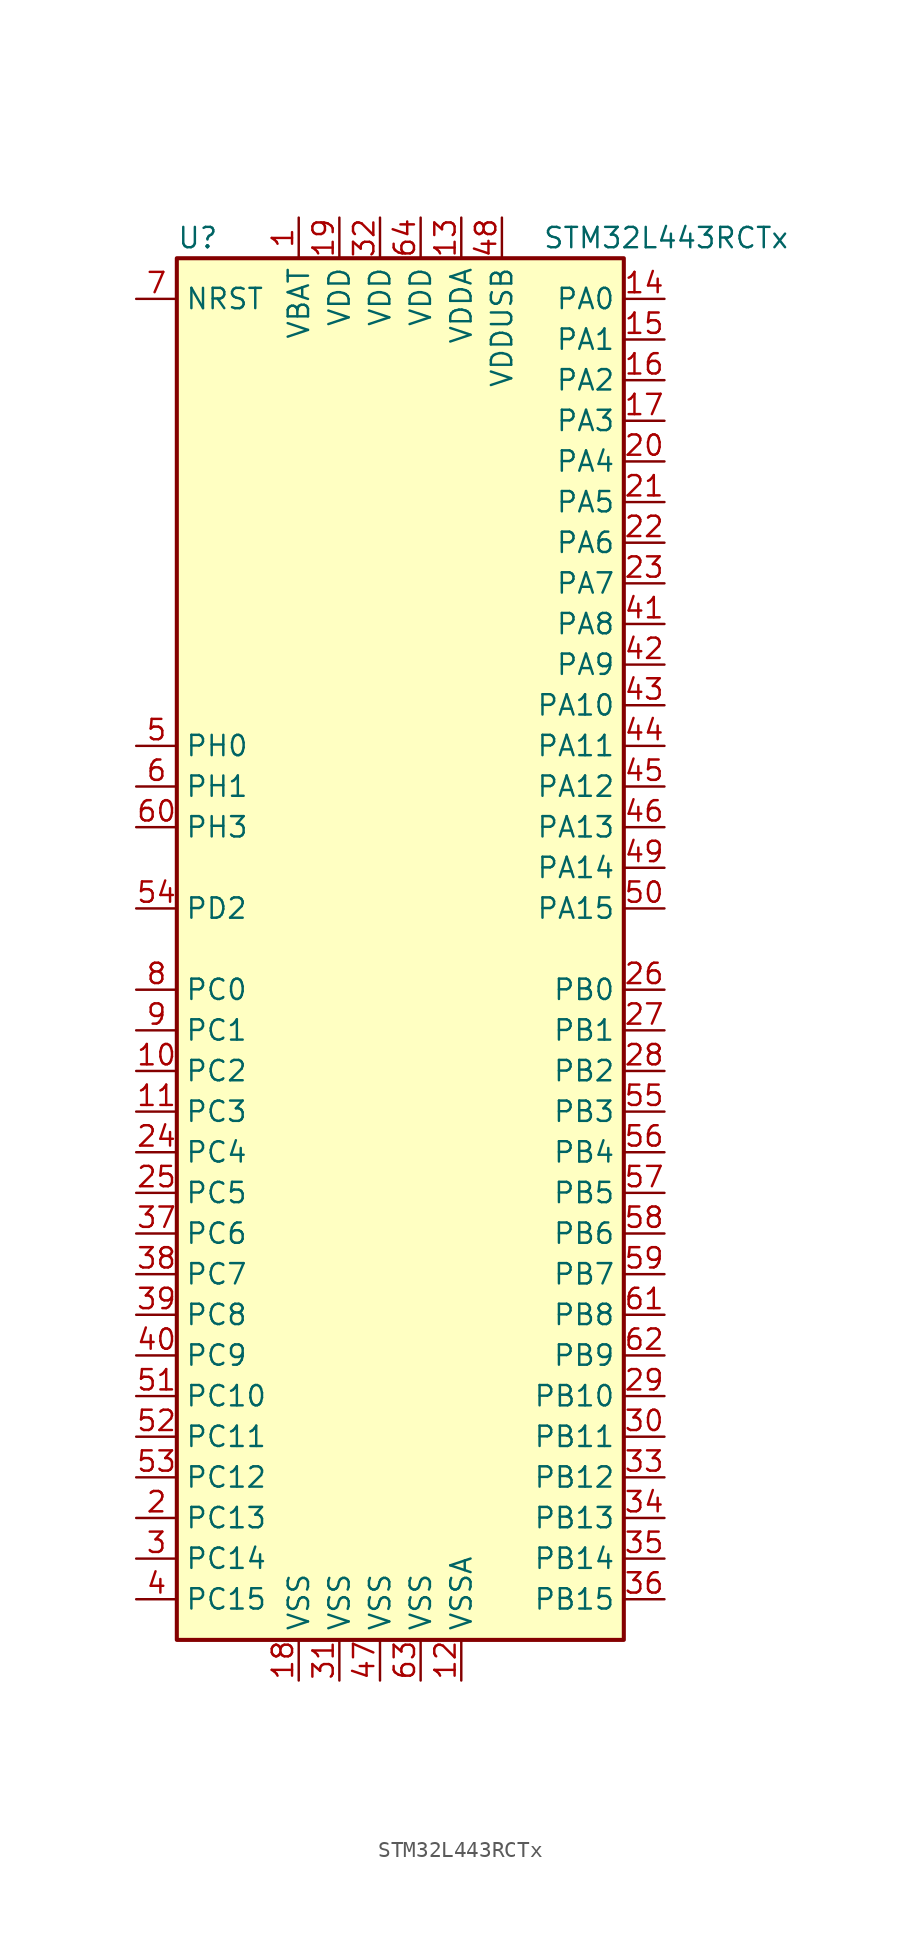
<source format=kicad_sym>
(kicad_symbol_lib
  (version 20220914)
  (generator kicad_symbol_editor)
  (symbol "STM32L443RCTx"
    (property "Reference" "U"
      (at -15.24 44.45 0)
      (effects (font (size 1.27 1.27)) (justify left)))
    (property "Value" "STM32L443RCTx"
      (at 7.62 44.45 0)
      (effects (font (size 1.27 1.27)) (justify left)))
    (symbol "STM32L443RCTx_0_1"
      (rectangle (start -15.24 -43.18) (end 12.7 43.18) (stroke (width 0.254) (type default)) (fill (type background))))
    (symbol "STM32L443RCTx_1_1"
      (pin power_in line (at -7.62 45.72 270) (length 2.54) (name "VBAT" (effects (font (size 1.27 1.27)))) (number "1" (effects (font (size 1.27 1.27)))))
      (pin bidirectional line (at -17.78 -7.62 0) (length 2.54) (name "PC2" (effects (font (size 1.27 1.27)))) (number "10" (effects (font (size 1.27 1.27)))))
      (pin bidirectional line (at -17.78 -10.16 0) (length 2.54) (name "PC3" (effects (font (size 1.27 1.27)))) (number "11" (effects (font (size 1.27 1.27)))))
      (pin power_in line (at 2.54 -45.72 90) (length 2.54) (name "VSSA" (effects (font (size 1.27 1.27)))) (number "12" (effects (font (size 1.27 1.27)))))
      (pin power_in line (at 2.54 45.72 270) (length 2.54) (name "VDDA" (effects (font (size 1.27 1.27)))) (number "13" (effects (font (size 1.27 1.27)))))
      (pin bidirectional line (at 15.24 40.64 180) (length 2.54) (name "PA0" (effects (font (size 1.27 1.27)))) (number "14" (effects (font (size 1.27 1.27)))))
      (pin bidirectional line (at 15.24 38.1 180) (length 2.54) (name "PA1" (effects (font (size 1.27 1.27)))) (number "15" (effects (font (size 1.27 1.27)))))
      (pin bidirectional line (at 15.24 35.56 180) (length 2.54) (name "PA2" (effects (font (size 1.27 1.27)))) (number "16" (effects (font (size 1.27 1.27)))))
      (pin bidirectional line (at 15.24 33.02 180) (length 2.54) (name "PA3" (effects (font (size 1.27 1.27)))) (number "17" (effects (font (size 1.27 1.27)))))
      (pin power_in line (at -7.62 -45.72 90) (length 2.54) (name "VSS" (effects (font (size 1.27 1.27)))) (number "18" (effects (font (size 1.27 1.27)))))
      (pin power_in line (at -5.08 45.72 270) (length 2.54) (name "VDD" (effects (font (size 1.27 1.27)))) (number "19" (effects (font (size 1.27 1.27)))))
      (pin bidirectional line (at -17.78 -35.56 0) (length 2.54) (name "PC13" (effects (font (size 1.27 1.27)))) (number "2" (effects (font (size 1.27 1.27)))))
      (pin bidirectional line (at 15.24 30.48 180) (length 2.54) (name "PA4" (effects (font (size 1.27 1.27)))) (number "20" (effects (font (size 1.27 1.27)))))
      (pin bidirectional line (at 15.24 27.94 180) (length 2.54) (name "PA5" (effects (font (size 1.27 1.27)))) (number "21" (effects (font (size 1.27 1.27)))))
      (pin bidirectional line (at 15.24 25.4 180) (length 2.54) (name "PA6" (effects (font (size 1.27 1.27)))) (number "22" (effects (font (size 1.27 1.27)))))
      (pin bidirectional line (at 15.24 22.86 180) (length 2.54) (name "PA7" (effects (font (size 1.27 1.27)))) (number "23" (effects (font (size 1.27 1.27)))))
      (pin bidirectional line (at -17.78 -12.7 0) (length 2.54) (name "PC4" (effects (font (size 1.27 1.27)))) (number "24" (effects (font (size 1.27 1.27)))))
      (pin bidirectional line (at -17.78 -15.24 0) (length 2.54) (name "PC5" (effects (font (size 1.27 1.27)))) (number "25" (effects (font (size 1.27 1.27)))))
      (pin bidirectional line (at 15.24 -2.54 180) (length 2.54) (name "PB0" (effects (font (size 1.27 1.27)))) (number "26" (effects (font (size 1.27 1.27)))))
      (pin bidirectional line (at 15.24 -5.08 180) (length 2.54) (name "PB1" (effects (font (size 1.27 1.27)))) (number "27" (effects (font (size 1.27 1.27)))))
      (pin bidirectional line (at 15.24 -7.62 180) (length 2.54) (name "PB2" (effects (font (size 1.27 1.27)))) (number "28" (effects (font (size 1.27 1.27)))))
      (pin bidirectional line (at 15.24 -27.94 180) (length 2.54) (name "PB10" (effects (font (size 1.27 1.27)))) (number "29" (effects (font (size 1.27 1.27)))))
      (pin bidirectional line (at -17.78 -38.1 0) (length 2.54) (name "PC14" (effects (font (size 1.27 1.27)))) (number "3" (effects (font (size 1.27 1.27)))))
      (pin bidirectional line (at 15.24 -30.48 180) (length 2.54) (name "PB11" (effects (font (size 1.27 1.27)))) (number "30" (effects (font (size 1.27 1.27)))))
      (pin power_in line (at -5.08 -45.72 90) (length 2.54) (name "VSS" (effects (font (size 1.27 1.27)))) (number "31" (effects (font (size 1.27 1.27)))))
      (pin power_in line (at -2.54 45.72 270) (length 2.54) (name "VDD" (effects (font (size 1.27 1.27)))) (number "32" (effects (font (size 1.27 1.27)))))
      (pin bidirectional line (at 15.24 -33.02 180) (length 2.54) (name "PB12" (effects (font (size 1.27 1.27)))) (number "33" (effects (font (size 1.27 1.27)))))
      (pin bidirectional line (at 15.24 -35.56 180) (length 2.54) (name "PB13" (effects (font (size 1.27 1.27)))) (number "34" (effects (font (size 1.27 1.27)))))
      (pin bidirectional line (at 15.24 -38.1 180) (length 2.54) (name "PB14" (effects (font (size 1.27 1.27)))) (number "35" (effects (font (size 1.27 1.27)))))
      (pin bidirectional line (at 15.24 -40.64 180) (length 2.54) (name "PB15" (effects (font (size 1.27 1.27)))) (number "36" (effects (font (size 1.27 1.27)))))
      (pin bidirectional line (at -17.78 -17.78 0) (length 2.54) (name "PC6" (effects (font (size 1.27 1.27)))) (number "37" (effects (font (size 1.27 1.27)))))
      (pin bidirectional line (at -17.78 -20.32 0) (length 2.54) (name "PC7" (effects (font (size 1.27 1.27)))) (number "38" (effects (font (size 1.27 1.27)))))
      (pin bidirectional line (at -17.78 -22.86 0) (length 2.54) (name "PC8" (effects (font (size 1.27 1.27)))) (number "39" (effects (font (size 1.27 1.27)))))
      (pin bidirectional line (at -17.78 -40.64 0) (length 2.54) (name "PC15" (effects (font (size 1.27 1.27)))) (number "4" (effects (font (size 1.27 1.27)))))
      (pin bidirectional line (at -17.78 -25.4 0) (length 2.54) (name "PC9" (effects (font (size 1.27 1.27)))) (number "40" (effects (font (size 1.27 1.27)))))
      (pin bidirectional line (at 15.24 20.32 180) (length 2.54) (name "PA8" (effects (font (size 1.27 1.27)))) (number "41" (effects (font (size 1.27 1.27)))))
      (pin bidirectional line (at 15.24 17.78 180) (length 2.54) (name "PA9" (effects (font (size 1.27 1.27)))) (number "42" (effects (font (size 1.27 1.27)))))
      (pin bidirectional line (at 15.24 15.24 180) (length 2.54) (name "PA10" (effects (font (size 1.27 1.27)))) (number "43" (effects (font (size 1.27 1.27)))))
      (pin bidirectional line (at 15.24 12.7 180) (length 2.54) (name "PA11" (effects (font (size 1.27 1.27)))) (number "44" (effects (font (size 1.27 1.27)))))
      (pin bidirectional line (at 15.24 10.16 180) (length 2.54) (name "PA12" (effects (font (size 1.27 1.27)))) (number "45" (effects (font (size 1.27 1.27)))))
      (pin bidirectional line (at 15.24 7.62 180) (length 2.54) (name "PA13" (effects (font (size 1.27 1.27)))) (number "46" (effects (font (size 1.27 1.27)))))
      (pin power_in line (at -2.54 -45.72 90) (length 2.54) (name "VSS" (effects (font (size 1.27 1.27)))) (number "47" (effects (font (size 1.27 1.27)))))
      (pin power_in line (at 5.08 45.72 270) (length 2.54) (name "VDDUSB" (effects (font (size 1.27 1.27)))) (number "48" (effects (font (size 1.27 1.27)))))
      (pin bidirectional line (at 15.24 5.08 180) (length 2.54) (name "PA14" (effects (font (size 1.27 1.27)))) (number "49" (effects (font (size 1.27 1.27)))))
      (pin input line (at -17.78 12.7 0) (length 2.54) (name "PH0" (effects (font (size 1.27 1.27)))) (number "5" (effects (font (size 1.27 1.27)))))
      (pin bidirectional line (at 15.24 2.54 180) (length 2.54) (name "PA15" (effects (font (size 1.27 1.27)))) (number "50" (effects (font (size 1.27 1.27)))))
      (pin bidirectional line (at -17.78 -27.94 0) (length 2.54) (name "PC10" (effects (font (size 1.27 1.27)))) (number "51" (effects (font (size 1.27 1.27)))))
      (pin bidirectional line (at -17.78 -30.48 0) (length 2.54) (name "PC11" (effects (font (size 1.27 1.27)))) (number "52" (effects (font (size 1.27 1.27)))))
      (pin bidirectional line (at -17.78 -33.02 0) (length 2.54) (name "PC12" (effects (font (size 1.27 1.27)))) (number "53" (effects (font (size 1.27 1.27)))))
      (pin bidirectional line (at -17.78 2.54 0) (length 2.54) (name "PD2" (effects (font (size 1.27 1.27)))) (number "54" (effects (font (size 1.27 1.27)))))
      (pin bidirectional line (at 15.24 -10.16 180) (length 2.54) (name "PB3" (effects (font (size 1.27 1.27)))) (number "55" (effects (font (size 1.27 1.27)))))
      (pin bidirectional line (at 15.24 -12.7 180) (length 2.54) (name "PB4" (effects (font (size 1.27 1.27)))) (number "56" (effects (font (size 1.27 1.27)))))
      (pin bidirectional line (at 15.24 -15.24 180) (length 2.54) (name "PB5" (effects (font (size 1.27 1.27)))) (number "57" (effects (font (size 1.27 1.27)))))
      (pin bidirectional line (at 15.24 -17.78 180) (length 2.54) (name "PB6" (effects (font (size 1.27 1.27)))) (number "58" (effects (font (size 1.27 1.27)))))
      (pin bidirectional line (at 15.24 -20.32 180) (length 2.54) (name "PB7" (effects (font (size 1.27 1.27)))) (number "59" (effects (font (size 1.27 1.27)))))
      (pin input line (at -17.78 10.16 0) (length 2.54) (name "PH1" (effects (font (size 1.27 1.27)))) (number "6" (effects (font (size 1.27 1.27)))))
      (pin bidirectional line (at -17.78 7.62 0) (length 2.54) (name "PH3" (effects (font (size 1.27 1.27)))) (number "60" (effects (font (size 1.27 1.27)))))
      (pin bidirectional line (at 15.24 -22.86 180) (length 2.54) (name "PB8" (effects (font (size 1.27 1.27)))) (number "61" (effects (font (size 1.27 1.27)))))
      (pin bidirectional line (at 15.24 -25.4 180) (length 2.54) (name "PB9" (effects (font (size 1.27 1.27)))) (number "62" (effects (font (size 1.27 1.27)))))
      (pin power_in line (at 0 -45.72 90) (length 2.54) (name "VSS" (effects (font (size 1.27 1.27)))) (number "63" (effects (font (size 1.27 1.27)))))
      (pin power_in line (at 0 45.72 270) (length 2.54) (name "VDD" (effects (font (size 1.27 1.27)))) (number "64" (effects (font (size 1.27 1.27)))))
      (pin input line (at -17.78 40.64 0) (length 2.54) (name "NRST" (effects (font (size 1.27 1.27)))) (number "7" (effects (font (size 1.27 1.27)))))
      (pin bidirectional line (at -17.78 -2.54 0) (length 2.54) (name "PC0" (effects (font (size 1.27 1.27)))) (number "8" (effects (font (size 1.27 1.27)))))
      (pin bidirectional line (at -17.78 -5.08 0) (length 2.54) (name "PC1" (effects (font (size 1.27 1.27)))) (number "9" (effects (font (size 1.27 1.27))))))))
</source>
